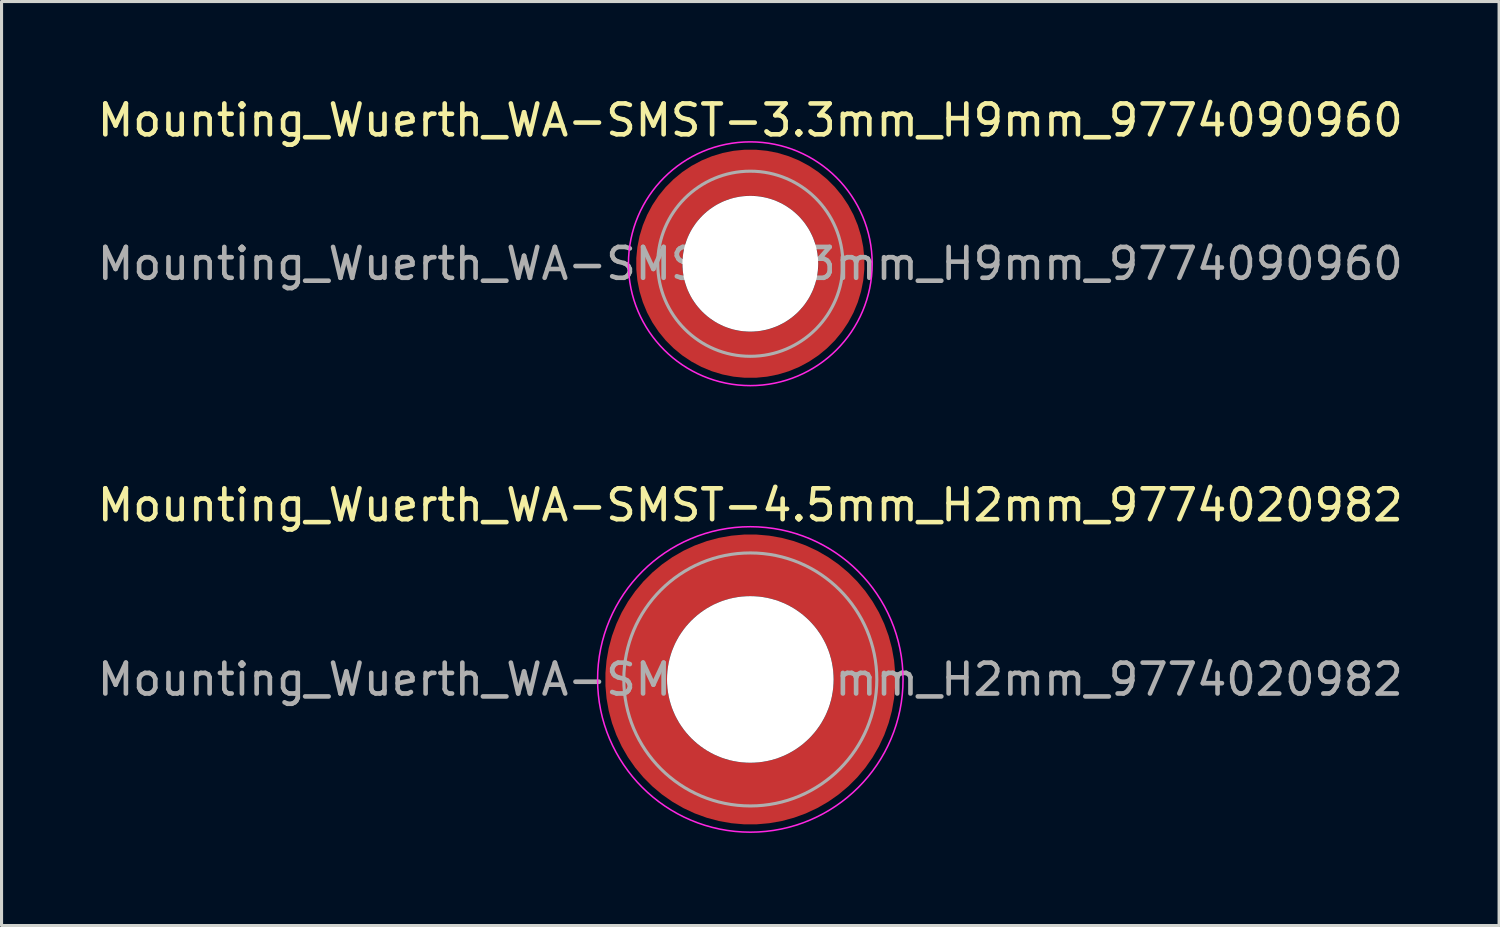
<source format=kicad_pcb>
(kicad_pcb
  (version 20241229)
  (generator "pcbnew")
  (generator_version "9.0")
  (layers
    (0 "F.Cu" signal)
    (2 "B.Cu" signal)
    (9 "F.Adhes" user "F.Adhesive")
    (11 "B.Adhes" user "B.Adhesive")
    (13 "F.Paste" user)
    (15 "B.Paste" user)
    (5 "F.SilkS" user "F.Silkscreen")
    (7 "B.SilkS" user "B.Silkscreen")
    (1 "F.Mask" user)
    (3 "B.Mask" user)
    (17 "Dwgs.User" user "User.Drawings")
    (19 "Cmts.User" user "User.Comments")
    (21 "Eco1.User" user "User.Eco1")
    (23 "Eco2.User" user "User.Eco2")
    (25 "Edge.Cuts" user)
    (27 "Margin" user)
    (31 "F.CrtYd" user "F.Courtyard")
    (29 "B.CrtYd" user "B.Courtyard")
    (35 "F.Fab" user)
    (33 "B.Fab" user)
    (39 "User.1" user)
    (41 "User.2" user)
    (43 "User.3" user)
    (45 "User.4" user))
  (footprint "Mounting_Wuerth_WA-SMST-3.3mm_H9mm_9774090960"
    (layer "F.Cu")
    (at 21.268 5.498)
    (property "Reference" "Mounting_Wuerth_WA-SMST-3.3mm_H9mm_9774090960" (at 0 -4.65 0) (layer "F.SilkS") (effects (font (size 1 1) (thickness 0.15))))
    (attr smd)
    (fp_circle (center 0 0) (end 3.95 0) (stroke (width 0.05) (type solid)) (fill no) (layer "F.CrtYd"))
    (fp_circle (center 0 0) (end 3 0) (stroke (width 0.1) (type solid)) (fill no) (layer "F.Fab"))
    (fp_text user "${REFERENCE}" (at 0 0 0) (layer "F.Fab") (effects (font (size 1 1) (thickness 0.15))))
    (pad "" smd custom (at -2.058 -2.058) (size 0.7 0.7) (layers "F.Paste") (options (anchor circle)) (primitives (gr_arc (start -0.377294 1.707681) (mid 0.317578 0.318817) (end 1.705947 -0.377044) (width 0.2)) (gr_arc (start -0.478281 1.707681) (mid 0.246161 0.248814) (end 1.703965 -0.477765) (width 0.2)) (gr_arc (start -0.579192 1.707681) (mid 0.175492 0.178063) (end 1.704077 -0.578711) (width 0.2)) (gr_arc (start -0.680037 1.707681) (mid 0.105568 0.106564) (end 1.706284 -0.679858) (width 0.2)) (gr_arc (start -0.780822 1.707681) (mid 0.034627 0.036085) (end 1.705634 -0.780569) (width 0.2)) (gr_arc (start -0.881554 1.707681) (mid -0.035694 -0.035016) (end 1.706729 -0.881441) (width 0.2)) (gr_arc (start -0.982237 1.707681) (mid -0.107281 -0.10485) (end 1.704266 -0.981843) (width 0.2)) (gr_arc (start -1.082877 1.707681) (mid -0.178372 -0.175181) (end 1.703197 -1.082374) (width 0.2)) (gr_arc (start -1.183476 1.707681) (mid -0.248964 -0.246008) (end 1.703525 -1.183025) (width 0.2)) (gr_arc (start -1.28404 1.707681) (mid -0.319062 -0.317334) (end 1.70525 -1.283784) (width 0.2)) (gr_line (start 1.708 -0.377) (end 1.708 -1.284) (width 0.2)) (gr_line (start -0.377 1.708) (end -1.284 1.708) (width 0.2))))
    (pad "" smd custom (at -2.058 2.058) (size 0.7 0.7) (layers "F.Paste") (options (anchor circle)) (primitives (gr_arc (start 1.707681 0.377294) (mid 0.318817 -0.317578) (end -0.377044 -1.705947) (width 0.2)) (gr_arc (start 1.707681 0.478281) (mid 0.248814 -0.246161) (end -0.477765 -1.703965) (width 0.2)) (gr_arc (start 1.707681 0.579192) (mid 0.178063 -0.175492) (end -0.578711 -1.704077) (width 0.2)) (gr_arc (start 1.707681 0.680037) (mid 0.106564 -0.105568) (end -0.679858 -1.706284) (width 0.2)) (gr_arc (start 1.707681 0.780822) (mid 0.036085 -0.034626) (end -0.780569 -1.705634) (width 0.2)) (gr_arc (start 1.707681 0.881554) (mid -0.035016 0.035694) (end -0.881441 -1.706729) (width 0.2)) (gr_arc (start 1.707681 0.982237) (mid -0.10485 0.107281) (end -0.981842 -1.704266) (width 0.2)) (gr_arc (start 1.707681 1.082877) (mid -0.175181 0.178372) (end -1.082374 -1.703197) (width 0.2)) (gr_arc (start 1.707681 1.183476) (mid -0.246008 0.248964) (end -1.183025 -1.703525) (width 0.2)) (gr_arc (start 1.707681 1.28404) (mid -0.317334 0.319062) (end -1.283784 -1.70525) (width 0.2)) (gr_line (start -0.377 -1.708) (end -1.284 -1.708) (width 0.2)) (gr_line (start 1.708 0.377) (end 1.708 1.284) (width 0.2))))
    (pad "" np_thru_hole circle (at 0 0) (size 4.4 4.4) (drill 4.4) (layers "*.Cu" "*.Mask"))
    (pad "" smd custom (at 2.058 -2.058) (size 0.7 0.7) (layers "F.Paste") (options (anchor circle)) (primitives (gr_arc (start -1.707681 -0.377294) (mid -0.318817 0.317579) (end 0.377044 1.705947) (width 0.2)) (gr_arc (start -1.707681 -0.478281) (mid -0.248814 0.246161) (end 0.477765 1.703965) (width 0.2)) (gr_arc (start -1.707681 -0.579192) (mid -0.178063 0.175492) (end 0.578711 1.704077) (width 0.2)) (gr_arc (start -1.707681 -0.680037) (mid -0.106564 0.105568) (end 0.679858 1.706284) (width 0.2)) (gr_arc (start -1.707681 -0.780822) (mid -0.036085 0.034627) (end 0.780569 1.705634) (width 0.2)) (gr_arc (start -1.707681 -0.881554) (mid 0.035016 -0.035694) (end 0.881441 1.706729) (width 0.2)) (gr_arc (start -1.707681 -0.982237) (mid 0.10485 -0.107281) (end 0.981843 1.704266) (width 0.2)) (gr_arc (start -1.707681 -1.082877) (mid 0.175181 -0.178372) (end 1.082374 1.703197) (width 0.2)) (gr_arc (start -1.707681 -1.183476) (mid 0.246008 -0.248964) (end 1.183025 1.703525) (width 0.2)) (gr_arc (start -1.707681 -1.28404) (mid 0.317333 -0.319062) (end 1.283784 1.70525) (width 0.2)) (gr_line (start 0.377 1.708) (end 1.284 1.708) (width 0.2)) (gr_line (start -1.708 -0.377) (end -1.708 -1.284) (width 0.2))))
    (pad "" smd custom (at 2.058 2.058) (size 0.7 0.7) (layers "F.Paste") (options (anchor circle)) (primitives (gr_arc (start 0.377294 -1.707681) (mid -0.317579 -0.318817) (end -1.705947 0.377044) (width 0.2)) (gr_arc (start 0.478281 -1.707681) (mid -0.246161 -0.248814) (end -1.703965 0.477765) (width 0.2)) (gr_arc (start 0.579192 -1.707681) (mid -0.175492 -0.178063) (end -1.704077 0.578711) (width 0.2)) (gr_arc (start 0.680037 -1.707681) (mid -0.105568 -0.106564) (end -1.706284 0.679858) (width 0.2)) (gr_arc (start 0.780822 -1.707681) (mid -0.034627 -0.036085) (end -1.705634 0.780569) (width 0.2)) (gr_arc (start 0.881554 -1.707681) (mid 0.035694 0.035016) (end -1.706729 0.881441) (width 0.2)) (gr_arc (start 0.982237 -1.707681) (mid 0.107281 0.10485) (end -1.704266 0.981843) (width 0.2)) (gr_arc (start 1.082877 -1.707681) (mid 0.178372 0.175181) (end -1.703197 1.082374) (width 0.2)) (gr_arc (start 1.183476 -1.707681) (mid 0.248964 0.246008) (end -1.703525 1.183025) (width 0.2)) (gr_arc (start 1.28404 -1.707681) (mid 0.319062 0.317333) (end -1.70525 1.283784) (width 0.2)) (gr_line (start -1.708 0.377) (end -1.708 1.284) (width 0.2)) (gr_line (start 0.377 -1.708) (end 1.284 -1.708) (width 0.2))))
    (pad "1" smd circle (at -2.95 0) (size 1.1 1.1) (layers "F.Cu"))
    (pad "1" smd circle (at 0 -2.95) (size 1.1 1.1) (layers "F.Cu"))
    (pad "1" smd circle (at 0 2.95) (size 1.1 1.1) (layers "F.Cu"))
    (pad "1" smd custom (at 2.95 0) (size 1.1 1.1) (layers "F.Cu" "F.Mask") (options (anchor circle)) (primitives (gr_circle (center -2.95 0) (end 0 0) (width 1.5) (fill no)))))
  (footprint "Mounting_Wuerth_WA-SMST-4.5mm_H2mm_9774020982"
    (layer "F.Cu")
    (at 21.268 18.971)
    (property "Reference" "Mounting_Wuerth_WA-SMST-4.5mm_H2mm_9774020982" (at 0 -5.65 0) (layer "F.SilkS") (effects (font (size 1 1) (thickness 0.15))))
    (attr smd)
    (fp_circle (center 0 0) (end 4.95 0) (stroke (width 0.05) (type solid)) (fill no) (layer "F.CrtYd"))
    (fp_circle (center 0 0) (end 4.1 0) (stroke (width 0.1) (type solid)) (fill no) (layer "F.Fab"))
    (fp_text user "${REFERENCE}" (at 0 0 0) (layer "F.Fab") (effects (font (size 1 1) (thickness 0.15))))
    (pad "" smd custom (at -2.607 -2.607) (size 1.495 1.495) (layers "F.Paste") (options (anchor circle)) (primitives (gr_arc (start -0.188183 2.107456) (mid 0.598928 0.599619) (end 2.106494 -0.188011) (width 0.2)) (gr_arc (start -0.289416 2.107456) (mid 0.528508 0.529033) (end 2.106724 -0.28929) (width 0.2)) (gr_arc (start -0.390547 2.107456) (mid 0.457087 0.459449) (end 2.104161 -0.389996) (width 0.2)) (gr_arc (start -0.491585 2.107456) (mid 0.386415 0.389116) (end 2.103685 -0.490974) (width 0.2)) (gr_arc (start -0.59254 2.107456) (mid 0.31649 0.318035) (end 2.105297 -0.592203) (width 0.2)) (gr_arc (start -0.693419 2.107456) (mid 0.245252 0.248268) (end 2.103239 -0.692777) (width 0.2)) (gr_arc (start -0.794229 2.107456) (mid 0.174636 0.177878) (end 2.102921 -0.793558) (width 0.2)) (gr_arc (start -0.894975 2.107456) (mid 0.104643 0.106867) (end 2.104343 -0.894528) (width 0.2)) (gr_arc (start -0.995664 2.107456) (mid 0.033026 0.037479) (end 2.101219 -0.994793) (width 0.2)) (gr_arc (start -1.0963 2.107456) (mid -0.035789 -0.034713) (end 2.105949 -1.096095) (width 0.2)) (gr_arc (start -1.196886 2.107456) (mid -0.106351 -0.105158) (end 2.105783 -1.196667) (width 0.2)) (gr_arc (start -1.297427 2.107456) (mid -0.176416 -0.176097) (end 2.107009 -1.29737) (width 0.2)) (gr_arc (start -1.397927 2.107456) (mid -0.248476 -0.245042) (end 2.102638 -1.397323) (width 0.2)) (gr_arc (start -1.498388 2.107456) (mid -0.317612 -0.316913) (end 2.106475 -1.498268) (width 0.2)) (gr_arc (start -1.598813 2.107456) (mid -0.388865 -0.386665) (end 2.104366 -1.598444) (width 0.2)) (gr_arc (start -1.699204 2.107456) (mid -0.459747 -0.456787) (end 2.103299 -1.698719) (width 0.2)) (gr_arc (start -1.799565 2.107456) (mid -0.530257 -0.527283) (end 2.103277 -1.799089) (width 0.2)) (gr_arc (start -1.899896 2.107456) (mid -0.600396 -0.59815) (end 2.104299 -1.899545) (width 0.2)) (gr_arc (start -1.899896 2.107456) (mid -0.600396 -0.59815) (end 2.104299 -1.899545) (width 0.2)) (gr_line (start 2.107 -0.188) (end 2.107 -1.9) (width 0.2)) (gr_line (start -0.188 2.107) (end -1.9 2.107) (width 0.2))))
    (pad "" smd custom (at -2.607 2.607) (size 1.495 1.495) (layers "F.Paste") (options (anchor circle)) (primitives (gr_arc (start 2.107456 0.188183) (mid 0.599619 -0.598928) (end -0.188011 -2.106494) (width 0.2)) (gr_arc (start 2.107456 0.289416) (mid 0.529033 -0.528508) (end -0.28929 -2.106724) (width 0.2)) (gr_arc (start 2.107456 0.390547) (mid 0.45945 -0.457087) (end -0.389996 -2.104161) (width 0.2)) (gr_arc (start 2.107456 0.491585) (mid 0.389116 -0.386415) (end -0.490974 -2.103685) (width 0.2)) (gr_arc (start 2.107456 0.59254) (mid 0.318035 -0.31649) (end -0.592203 -2.105297) (width 0.2)) (gr_arc (start 2.107456 0.693419) (mid 0.248268 -0.245252) (end -0.692777 -2.103239) (width 0.2)) (gr_arc (start 2.107456 0.794229) (mid 0.177878 -0.174636) (end -0.793558 -2.102921) (width 0.2)) (gr_arc (start 2.107456 0.894975) (mid 0.106867 -0.104643) (end -0.894528 -2.104343) (width 0.2)) (gr_arc (start 2.107456 0.995664) (mid 0.037479 -0.033026) (end -0.994793 -2.101219) (width 0.2)) (gr_arc (start 2.107456 1.0963) (mid -0.034713 0.035789) (end -1.096095 -2.105949) (width 0.2)) (gr_arc (start 2.107456 1.196886) (mid -0.105158 0.106351) (end -1.196667 -2.105783) (width 0.2)) (gr_arc (start 2.107456 1.297427) (mid -0.176097 0.176416) (end -1.29737 -2.107009) (width 0.2)) (gr_arc (start 2.107456 1.397927) (mid -0.245042 0.248476) (end -1.397323 -2.102638) (width 0.2)) (gr_arc (start 2.107456 1.498388) (mid -0.316913 0.317612) (end -1.498268 -2.106475) (width 0.2)) (gr_arc (start 2.107456 1.598813) (mid -0.386665 0.388865) (end -1.598444 -2.104366) (width 0.2)) (gr_arc (start 2.107456 1.699204) (mid -0.456787 0.459747) (end -1.698719 -2.103299) (width 0.2)) (gr_arc (start 2.107456 1.799565) (mid -0.527283 0.530257) (end -1.799089 -2.103277) (width 0.2)) (gr_arc (start 2.107456 1.899896) (mid -0.59815 0.600396) (end -1.899545 -2.104299) (width 0.2)) (gr_arc (start 2.107456 1.899896) (mid -0.59815 0.600396) (end -1.899545 -2.104299) (width 0.2)) (gr_line (start -0.188 -2.107) (end -1.9 -2.107) (width 0.2)) (gr_line (start 2.107 0.188) (end 2.107 1.9) (width 0.2))))
    (pad "" np_thru_hole circle (at 0 0) (size 5.4 5.4) (drill 5.4) (layers "*.Cu" "*.Mask"))
    (pad "" smd custom (at 2.607 -2.607) (size 1.495 1.495) (layers "F.Paste") (options (anchor circle)) (primitives (gr_arc (start -2.107456 -0.188183) (mid -0.599619 0.598928) (end 0.188011 2.106494) (width 0.2)) (gr_arc (start -2.107456 -0.289416) (mid -0.529033 0.528508) (end 0.28929 2.106724) (width 0.2)) (gr_arc (start -2.107456 -0.390547) (mid -0.459449 0.457087) (end 0.389996 2.104161) (width 0.2)) (gr_arc (start -2.107456 -0.491585) (mid -0.389116 0.386415) (end 0.490974 2.103685) (width 0.2)) (gr_arc (start -2.107456 -0.59254) (mid -0.318035 0.31649) (end 0.592203 2.105297) (width 0.2)) (gr_arc (start -2.107456 -0.693419) (mid -0.248268 0.245252) (end 0.692777 2.103239) (width 0.2)) (gr_arc (start -2.107456 -0.794229) (mid -0.177878 0.174636) (end 0.793558 2.102921) (width 0.2)) (gr_arc (start -2.107456 -0.894975) (mid -0.106867 0.104643) (end 0.894528 2.104343) (width 0.2)) (gr_arc (start -2.107456 -0.995664) (mid -0.037479 0.033026) (end 0.994793 2.101219) (width 0.2)) (gr_arc (start -2.107456 -1.0963) (mid 0.034713 -0.035789) (end 1.096095 2.105949) (width 0.2)) (gr_arc (start -2.107456 -1.196886) (mid 0.105158 -0.106351) (end 1.196667 2.105783) (width 0.2)) (gr_arc (start -2.107456 -1.297427) (mid 0.176097 -0.176416) (end 1.29737 2.107009) (width 0.2)) (gr_arc (start -2.107456 -1.397927) (mid 0.245042 -0.248476) (end 1.397323 2.102638) (width 0.2)) (gr_arc (start -2.107456 -1.498388) (mid 0.316913 -0.317612) (end 1.498268 2.106475) (width 0.2)) (gr_arc (start -2.107456 -1.598813) (mid 0.386665 -0.388865) (end 1.598444 2.104366) (width 0.2)) (gr_arc (start -2.107456 -1.699204) (mid 0.456787 -0.459747) (end 1.698719 2.103299) (width 0.2)) (gr_arc (start -2.107456 -1.799565) (mid 0.527283 -0.530257) (end 1.799089 2.103277) (width 0.2)) (gr_arc (start -2.107456 -1.899896) (mid 0.59815 -0.600396) (end 1.899545 2.104299) (width 0.2)) (gr_arc (start -2.107456 -1.899896) (mid 0.59815 -0.600396) (end 1.899545 2.104299) (width 0.2)) (gr_line (start 0.188 2.107) (end 1.9 2.107) (width 0.2)) (gr_line (start -2.107 -0.188) (end -2.107 -1.9) (width 0.2))))
    (pad "" smd custom (at 2.607 2.607) (size 1.495 1.495) (layers "F.Paste") (options (anchor circle)) (primitives (gr_arc (start 0.188183 -2.107456) (mid -0.598928 -0.599619) (end -2.106494 0.188011) (width 0.2)) (gr_arc (start 0.289416 -2.107456) (mid -0.528508 -0.529033) (end -2.106724 0.28929) (width 0.2)) (gr_arc (start 0.390547 -2.107456) (mid -0.457087 -0.459449) (end -2.104161 0.389996) (width 0.2)) (gr_arc (start 0.491585 -2.107456) (mid -0.386415 -0.389116) (end -2.103685 0.490974) (width 0.2)) (gr_arc (start 0.59254 -2.107456) (mid -0.31649 -0.318035) (end -2.105297 0.592203) (width 0.2)) (gr_arc (start 0.693419 -2.107456) (mid -0.245252 -0.248268) (end -2.103239 0.692777) (width 0.2)) (gr_arc (start 0.794229 -2.107456) (mid -0.174636 -0.177878) (end -2.102921 0.793558) (width 0.2)) (gr_arc (start 0.894975 -2.107456) (mid -0.104643 -0.106867) (end -2.104343 0.894528) (width 0.2)) (gr_arc (start 0.995664 -2.107456) (mid -0.033026 -0.037479) (end -2.101219 0.994793) (width 0.2)) (gr_arc (start 1.0963 -2.107456) (mid 0.035789 0.034713) (end -2.105949 1.096095) (width 0.2)) (gr_arc (start 1.196886 -2.107456) (mid 0.106351 0.105158) (end -2.105783 1.196667) (width 0.2)) (gr_arc (start 1.297427 -2.107456) (mid 0.176416 0.176097) (end -2.107009 1.29737) (width 0.2)) (gr_arc (start 1.397927 -2.107456) (mid 0.248476 0.245042) (end -2.102638 1.397323) (width 0.2)) (gr_arc (start 1.498388 -2.107456) (mid 0.317612 0.316913) (end -2.106475 1.498268) (width 0.2)) (gr_arc (start 1.598813 -2.107456) (mid 0.388865 0.386665) (end -2.104366 1.598444) (width 0.2)) (gr_arc (start 1.699204 -2.107456) (mid 0.459747 0.456787) (end -2.103299 1.698719) (width 0.2)) (gr_arc (start 1.799565 -2.107456) (mid 0.530257 0.527283) (end -2.103277 1.799089) (width 0.2)) (gr_arc (start 1.899896 -2.107456) (mid 0.600396 0.59815) (end -2.104299 1.899545) (width 0.2)) (gr_arc (start 1.899896 -2.107456) (mid 0.600396 0.59815) (end -2.104299 1.899545) (width 0.2)) (gr_line (start -2.107 0.188) (end -2.107 1.9) (width 0.2)) (gr_line (start 0.188 -2.107) (end 1.9 -2.107) (width 0.2))))
    (pad "1" smd circle (at -3.7 0) (size 1.6 1.6) (layers "F.Cu"))
    (pad "1" smd circle (at 0 -3.7) (size 1.6 1.6) (layers "F.Cu"))
    (pad "1" smd circle (at 0 3.7) (size 1.6 1.6) (layers "F.Cu"))
    (pad "1" smd custom (at 3.7 0) (size 1.6 1.6) (layers "F.Cu" "F.Mask") (options (anchor circle)) (primitives (gr_circle (center -3.7 0) (end 0 0) (width 2) (fill no)))))
  (gr_rect
    (start -3 -3)
    (end 45.536 26.947)
    (stroke (width 0.1) (type default))
    (fill no)
    (layer "Edge.Cuts")))
</source>
